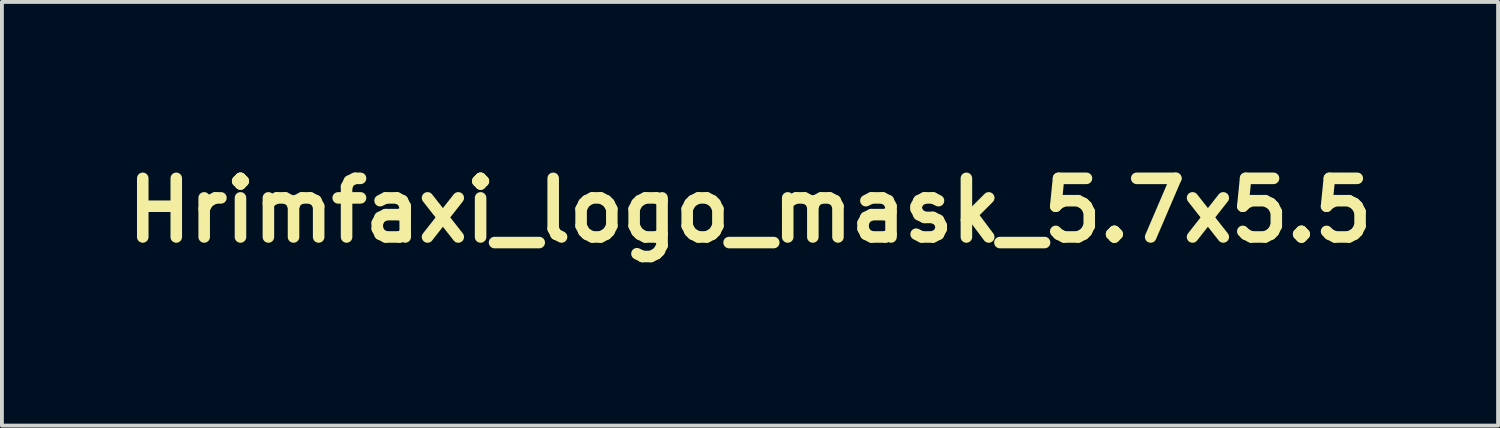
<source format=kicad_pcb>
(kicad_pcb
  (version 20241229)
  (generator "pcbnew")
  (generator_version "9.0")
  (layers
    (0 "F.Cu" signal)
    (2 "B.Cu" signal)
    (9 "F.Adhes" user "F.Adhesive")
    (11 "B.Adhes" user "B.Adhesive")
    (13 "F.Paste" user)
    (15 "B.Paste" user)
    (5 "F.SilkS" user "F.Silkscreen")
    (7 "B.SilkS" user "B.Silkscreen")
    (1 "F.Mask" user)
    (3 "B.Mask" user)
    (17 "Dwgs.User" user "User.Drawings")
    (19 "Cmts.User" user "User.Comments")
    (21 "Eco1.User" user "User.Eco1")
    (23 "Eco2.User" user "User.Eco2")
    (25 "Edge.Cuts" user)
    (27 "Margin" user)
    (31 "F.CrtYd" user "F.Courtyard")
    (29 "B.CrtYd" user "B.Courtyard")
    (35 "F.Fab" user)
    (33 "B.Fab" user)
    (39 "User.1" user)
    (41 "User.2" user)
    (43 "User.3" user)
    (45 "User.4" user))
  (footprint "Hrimfaxi_logo_mask_5.7x5.5"
    (layer "F.Cu")
    (at 16.445 2.42)
    (property "Reference" "Hrimfaxi_logo_mask_5.7x5.5" (at 0 0 0) (layer "F.SilkS") (effects (font (size 1.524 1.524) (thickness 0.3))))
    (attr through_hole)
    (fp_poly (pts (xy 2.438 0.591) (xy 2.432 0.597) (xy 2.426 0.591) (xy 2.432 0.584) (xy 2.438 0.591)) (stroke (width 0.01) (type solid)) (fill yes) (layer "F.Mask"))
    (fp_poly (pts (xy 1.888 0.017) (xy 1.886 0.024) (xy 1.88 0.025) (xy 1.869 0.021) (xy 1.871 0.017) (xy 1.886 0.015) (xy 1.888 0.017)) (stroke (width 0.01) (type solid)) (fill yes) (layer "F.Mask"))
    (fp_poly (pts (xy -0.332 1.391) (xy -0.292 1.415) (xy -0.281 1.423) (xy -0.228 1.461) (xy -0.278 1.521) (xy -0.31 1.559) (xy -0.338 1.593) (xy -0.352 1.611) (xy -0.371 1.63) (xy -0.384 1.629) (xy -0.389 1.624) (xy -0.4 1.595) (xy -0.405 1.551) (xy -0.403 1.5) (xy -0.396 1.45) (xy -0.393 1.436) (xy -0.378 1.401) (xy -0.359 1.387) (xy -0.332 1.391)) (stroke (width 0.01) (type solid)) (fill yes) (layer "F.Mask"))
    (fp_poly (pts (xy 2.469 1.393) (xy 2.51 1.417) (xy 2.536 1.438) (xy 2.563 1.463) (xy 2.493 1.551) (xy 2.458 1.594) (xy 2.436 1.62) (xy 2.422 1.633) (xy 2.415 1.636) (xy 2.41 1.63) (xy 2.408 1.628) (xy 2.397 1.596) (xy 2.392 1.553) (xy 2.393 1.504) (xy 2.399 1.457) (xy 2.409 1.417) (xy 2.422 1.391) (xy 2.434 1.384) (xy 2.469 1.393)) (stroke (width 0.01) (type solid)) (fill yes) (layer "F.Mask"))
    (fp_poly (pts (xy 2.355 1.732) (xy 2.394 1.759) (xy 2.412 1.781) (xy 2.413 1.803) (xy 2.398 1.833) (xy 2.393 1.84) (xy 2.368 1.886) (xy 2.339 1.948) (xy 2.31 2.019) (xy 2.284 2.091) (xy 2.264 2.157) (xy 2.256 2.189) (xy 2.24 2.263) (xy 2.2 2.229) (xy 2.179 2.209) (xy 2.166 2.186) (xy 2.16 2.157) (xy 2.162 2.117) (xy 2.17 2.061) (xy 2.184 1.989) (xy 2.208 1.893) (xy 2.235 1.817) (xy 2.265 1.763) (xy 2.297 1.731) (xy 2.33 1.722) (xy 2.355 1.732)) (stroke (width 0.01) (type solid)) (fill yes) (layer "F.Mask"))
    (fp_poly (pts (xy -0.447 1.731) (xy -0.404 1.762) (xy -0.398 1.768) (xy -0.371 1.792) (xy -0.413 1.861) (xy -0.436 1.906) (xy -0.462 1.964) (xy -0.488 2.028) (xy -0.512 2.093) (xy -0.531 2.152) (xy -0.543 2.199) (xy -0.546 2.223) (xy -0.549 2.251) (xy -0.561 2.258) (xy -0.584 2.245) (xy -0.601 2.229) (xy -0.621 2.204) (xy -0.632 2.172) (xy -0.634 2.128) (xy -0.628 2.068) (xy -0.612 1.989) (xy -0.61 1.977) (xy -0.586 1.889) (xy -0.559 1.815) (xy -0.529 1.759) (xy -0.507 1.732) (xy -0.48 1.721) (xy -0.447 1.731)) (stroke (width 0.01) (type solid)) (fill yes) (layer "F.Mask"))
    (fp_poly (pts (xy -0.497 -2.405) (xy -0.49 -2.378) (xy -0.48 -2.331) (xy -0.474 -2.302) (xy -0.463 -2.244) (xy -0.457 -2.205) (xy -0.456 -2.178) (xy -0.459 -2.158) (xy -0.468 -2.139) (xy -0.471 -2.132) (xy -0.488 -2.093) (xy -0.504 -2.045) (xy -0.509 -2.022) (xy -0.52 -1.983) (xy -0.532 -1.963) (xy -0.547 -1.956) (xy -0.553 -1.956) (xy -0.579 -1.964) (xy -0.589 -1.976) (xy -0.593 -1.997) (xy -0.595 -2.037) (xy -0.597 -2.088) (xy -0.597 -2.115) (xy -0.59 -2.22) (xy -0.57 -2.309) (xy -0.537 -2.38) (xy -0.522 -2.402) (xy -0.512 -2.413) (xy -0.504 -2.415) (xy -0.497 -2.405)) (stroke (width 0.01) (type solid)) (fill yes) (layer "F.Mask"))
    (fp_poly (pts (xy -0.943 1.631) (xy -0.913 1.645) (xy -0.882 1.663) (xy -0.858 1.679) (xy -0.851 1.689) (xy -0.86 1.705) (xy -0.865 1.709) (xy -0.878 1.725) (xy -0.895 1.756) (xy -0.915 1.796) (xy -0.933 1.837) (xy -0.945 1.872) (xy -0.95 1.893) (xy -0.95 1.894) (xy -0.94 1.891) (xy -0.918 1.873) (xy -0.887 1.844) (xy -0.851 1.808) (xy -0.815 1.769) (xy -0.782 1.732) (xy -0.757 1.701) (xy -0.754 1.697) (xy -0.732 1.672) (xy -0.71 1.666) (xy -0.693 1.669) (xy -0.669 1.679) (xy -0.666 1.694) (xy -0.668 1.699) (xy -0.672 1.722) (xy -0.676 1.762) (xy -0.679 1.811) (xy -0.679 1.819) (xy -0.683 1.886) (xy -0.692 1.928) (xy -0.708 1.946) (xy -0.73 1.943) (xy -0.75 1.928) (xy -0.779 1.896) (xy -0.801 1.867) (xy -0.822 1.836) (xy -0.895 1.906) (xy -0.97 1.993) (xy -1.025 2.096) (xy -1.056 2.193) (xy -1.069 2.237) (xy -1.086 2.258) (xy -1.11 2.256) (xy -1.142 2.236) (xy -1.159 2.222) (xy -1.167 2.207) (xy -1.166 2.184) (xy -1.158 2.145) (xy -1.157 2.138) (xy -1.14 2.072) (xy -1.119 2) (xy -1.095 1.924) (xy -1.069 1.849) (xy -1.043 1.779) (xy -1.017 1.718) (xy -0.995 1.669) (xy -0.977 1.637) (xy -0.964 1.626) (xy -0.964 1.626) (xy -0.943 1.631)) (stroke (width 0.01) (type solid)) (fill yes) (layer "F.Mask"))
    (fp_poly (pts (xy 2.113 1.653) (xy 2.134 1.67) (xy 2.146 1.687) (xy 2.146 1.69) (xy 2.139 1.713) (xy 2.119 1.751) (xy 2.089 1.797) (xy 2.055 1.846) (xy 2.018 1.894) (xy 1.984 1.934) (xy 1.969 1.949) (xy 1.941 1.98) (xy 1.922 2.007) (xy 1.918 2.019) (xy 1.923 2.039) (xy 1.937 2.075) (xy 1.957 2.121) (xy 1.963 2.133) (xy 1.986 2.186) (xy 1.996 2.221) (xy 1.991 2.243) (xy 1.972 2.258) (xy 1.941 2.267) (xy 1.923 2.27) (xy 1.908 2.263) (xy 1.892 2.244) (xy 1.87 2.208) (xy 1.861 2.193) (xy 1.815 2.111) (xy 1.698 2.198) (xy 1.642 2.24) (xy 1.602 2.267) (xy 1.575 2.281) (xy 1.559 2.283) (xy 1.549 2.276) (xy 1.546 2.269) (xy 1.552 2.253) (xy 1.579 2.226) (xy 1.624 2.191) (xy 1.631 2.186) (xy 1.678 2.151) (xy 1.721 2.117) (xy 1.752 2.09) (xy 1.758 2.084) (xy 1.793 2.048) (xy 1.753 1.929) (xy 1.734 1.865) (xy 1.718 1.802) (xy 1.708 1.745) (xy 1.703 1.697) (xy 1.703 1.665) (xy 1.711 1.651) (xy 1.712 1.651) (xy 1.732 1.654) (xy 1.767 1.66) (xy 1.79 1.665) (xy 1.854 1.679) (xy 1.855 1.763) (xy 1.858 1.817) (xy 1.865 1.868) (xy 1.872 1.899) (xy 1.887 1.949) (xy 1.934 1.886) (xy 1.964 1.841) (xy 1.998 1.786) (xy 2.027 1.734) (xy 2.049 1.691) (xy 2.067 1.659) (xy 2.076 1.642) (xy 2.077 1.641) (xy 2.09 1.641) (xy 2.113 1.653)) (stroke (width 0.01) (type solid)) (fill yes) (layer "F.Mask"))
    (fp_poly (pts (xy 1.348 1.676) (xy 1.375 1.701) (xy 1.382 1.708) (xy 1.425 1.755) (xy 1.376 1.777) (xy 1.333 1.805) (xy 1.285 1.848) (xy 1.237 1.901) (xy 1.195 1.957) (xy 1.168 2.002) (xy 1.15 2.052) (xy 1.136 2.105) (xy 1.133 2.124) (xy 1.131 2.161) (xy 1.134 2.178) (xy 1.146 2.184) (xy 1.153 2.184) (xy 1.181 2.173) (xy 1.217 2.141) (xy 1.26 2.09) (xy 1.306 2.024) (xy 1.355 1.944) (xy 1.404 1.853) (xy 1.41 1.841) (xy 1.439 1.787) (xy 1.463 1.754) (xy 1.485 1.741) (xy 1.508 1.744) (xy 1.529 1.757) (xy 1.54 1.766) (xy 1.543 1.778) (xy 1.54 1.798) (xy 1.529 1.831) (xy 1.51 1.881) (xy 1.507 1.887) (xy 1.471 1.99) (xy 1.449 2.078) (xy 1.442 2.15) (xy 1.448 2.196) (xy 1.456 2.228) (xy 1.453 2.243) (xy 1.434 2.251) (xy 1.414 2.255) (xy 1.374 2.256) (xy 1.349 2.238) (xy 1.337 2.2) (xy 1.337 2.141) (xy 1.342 2.095) (xy 1.348 2.056) (xy 1.353 2.038) (xy 1.351 2.036) (xy 1.337 2.052) (xy 1.313 2.082) (xy 1.299 2.102) (xy 1.253 2.16) (xy 1.205 2.208) (xy 1.161 2.242) (xy 1.123 2.259) (xy 1.113 2.261) (xy 1.09 2.252) (xy 1.063 2.23) (xy 1.061 2.229) (xy 1.032 2.179) (xy 1.022 2.115) (xy 1.031 2.04) (xy 1.058 1.955) (xy 1.087 1.892) (xy 1.122 1.835) (xy 1.166 1.779) (xy 1.213 1.73) (xy 1.258 1.692) (xy 1.297 1.67) (xy 1.302 1.669) (xy 1.327 1.666) (xy 1.348 1.676)) (stroke (width 0.01) (type solid)) (fill yes) (layer "F.Mask"))
    (fp_poly (pts (xy 1.268 1.275) (xy 1.269 1.276) (xy 1.27 1.29) (xy 1.263 1.32) (xy 1.25 1.361) (xy 1.235 1.405) (xy 1.218 1.446) (xy 1.203 1.477) (xy 1.195 1.49) (xy 1.182 1.498) (xy 1.174 1.491) (xy 1.167 1.467) (xy 1.161 1.42) (xy 1.16 1.405) (xy 1.155 1.363) (xy 1.148 1.332) (xy 1.142 1.321) (xy 1.124 1.331) (xy 1.098 1.36) (xy 1.068 1.402) (xy 1.038 1.452) (xy 1.01 1.504) (xy 0.999 1.529) (xy 0.973 1.592) (xy 0.955 1.636) (xy 0.947 1.664) (xy 0.948 1.68) (xy 0.958 1.688) (xy 0.976 1.69) (xy 0.993 1.692) (xy 1.029 1.696) (xy 1.046 1.707) (xy 1.052 1.723) (xy 1.052 1.74) (xy 1.041 1.749) (xy 1.014 1.753) (xy 0.989 1.755) (xy 0.923 1.759) (xy 0.893 1.848) (xy 0.863 1.938) (xy 0.83 2.041) (xy 0.796 2.149) (xy 0.764 2.255) (xy 0.736 2.352) (xy 0.713 2.433) (xy 0.711 2.443) (xy 0.696 2.499) (xy 0.682 2.545) (xy 0.672 2.577) (xy 0.668 2.588) (xy 0.659 2.582) (xy 0.648 2.56) (xy 0.647 2.558) (xy 0.631 2.525) (xy 0.616 2.502) (xy 0.609 2.49) (xy 0.607 2.471) (xy 0.609 2.441) (xy 0.617 2.396) (xy 0.628 2.337) (xy 0.643 2.265) (xy 0.66 2.188) (xy 0.677 2.118) (xy 0.685 2.083) (xy 0.698 2.032) (xy 0.711 1.984) (xy 0.726 1.931) (xy 0.743 1.868) (xy 0.767 1.787) (xy 0.77 1.775) (xy 0.77 1.761) (xy 0.757 1.755) (xy 0.725 1.753) (xy 0.717 1.753) (xy 0.679 1.749) (xy 0.663 1.74) (xy 0.672 1.729) (xy 0.702 1.716) (xy 0.729 1.709) (xy 0.79 1.695) (xy 0.827 1.6) (xy 0.871 1.504) (xy 0.924 1.421) (xy 0.982 1.355) (xy 1.011 1.331) (xy 1.049 1.308) (xy 1.091 1.293) (xy 1.148 1.283) (xy 1.161 1.281) (xy 1.209 1.276) (xy 1.247 1.274) (xy 1.268 1.275)) (stroke (width 0.01) (type solid)) (fill yes) (layer "F.Mask"))
    (fp_poly (pts (xy -1.392 -1.11) (xy -1.407 -1.043) (xy -1.399 -0.974) (xy -1.371 -0.906) (xy -1.325 -0.841) (xy -1.263 -0.783) (xy -1.187 -0.732) (xy -1.099 -0.694) (xy -1.025 -0.673) (xy -0.938 -0.666) (xy -0.859 -0.682) (xy -0.792 -0.718) (xy -0.74 -0.773) (xy -0.704 -0.846) (xy -0.697 -0.871) (xy -0.678 -0.946) (xy -0.638 -0.8) (xy -0.584 -0.574) (xy -0.55 -0.36) (xy -0.536 -0.158) (xy -0.542 0.031) (xy -0.567 0.206) (xy -0.612 0.367) (xy -0.669 0.498) (xy -0.698 0.548) (xy -0.73 0.596) (xy -0.756 0.631) (xy -0.799 0.679) (xy -0.8 0.634) (xy -0.798 0.607) (xy -0.794 0.56) (xy -0.787 0.497) (xy -0.779 0.423) (xy -0.769 0.343) (xy -0.767 0.329) (xy -0.755 0.227) (xy -0.746 0.143) (xy -0.741 0.07) (xy -0.739 0.001) (xy -0.739 -0.071) (xy -0.74 -0.121) (xy -0.745 -0.221) (xy -0.752 -0.3) (xy -0.764 -0.363) (xy -0.781 -0.414) (xy -0.804 -0.456) (xy -0.835 -0.495) (xy -0.85 -0.511) (xy -0.884 -0.544) (xy -0.91 -0.562) (xy -0.936 -0.57) (xy -0.972 -0.571) (xy -0.979 -0.572) (xy -1.034 -0.577) (xy -1.093 -0.595) (xy -1.16 -0.627) (xy -1.237 -0.674) (xy -1.327 -0.739) (xy -1.329 -0.74) (xy -1.395 -0.789) (xy -1.446 -0.825) (xy -1.486 -0.85) (xy -1.52 -0.865) (xy -1.553 -0.871) (xy -1.59 -0.87) (xy -1.637 -0.865) (xy -1.683 -0.859) (xy -1.79 -0.845) (xy -1.875 -0.839) (xy -1.941 -0.84) (xy -1.989 -0.848) (xy -2.022 -0.863) (xy -2.025 -0.865) (xy -2.059 -0.892) (xy -2.129 -0.865) (xy -2.172 -0.85) (xy -2.208 -0.841) (xy -2.225 -0.838) (xy -2.262 -0.847) (xy -2.304 -0.869) (xy -2.343 -0.898) (xy -2.369 -0.928) (xy -2.37 -0.93) (xy -2.386 -0.971) (xy -2.383 -0.999) (xy -2.36 -1.015) (xy -2.315 -1.021) (xy -2.266 -1.019) (xy -2.216 -1.018) (xy -2.169 -1.022) (xy -2.144 -1.027) (xy -2.102 -1.041) (xy -2.135 -1.013) (xy -2.165 -0.988) (xy -2.192 -0.969) (xy -2.205 -0.96) (xy -2.197 -0.96) (xy -2.178 -0.965) (xy -2.142 -0.976) (xy -2.097 -0.991) (xy -2.084 -0.996) (xy -2.055 -1.005) (xy -2.028 -1.01) (xy -1.997 -1.008) (xy -1.953 -1.002) (xy -1.92 -0.996) (xy -1.848 -0.986) (xy -1.772 -0.98) (xy -1.715 -0.98) (xy -1.674 -0.982) (xy -1.642 -0.987) (xy -1.615 -0.995) (xy -1.584 -1.011) (xy -1.545 -1.037) (xy -1.496 -1.071) (xy -1.372 -1.157) (xy -1.392 -1.11)) (stroke (width 0.01) (type solid)) (fill yes) (layer "F.Mask"))
    (fp_poly (pts (xy -1.651 1.327) (xy -1.607 1.361) (xy -1.571 1.397) (xy -1.554 1.424) (xy -1.554 1.434) (xy -1.561 1.453) (xy -1.577 1.49) (xy -1.599 1.539) (xy -1.624 1.596) (xy -1.625 1.598) (xy -1.65 1.654) (xy -1.669 1.7) (xy -1.681 1.734) (xy -1.684 1.749) (xy -1.684 1.75) (xy -1.669 1.751) (xy -1.634 1.749) (xy -1.586 1.745) (xy -1.536 1.739) (xy -1.395 1.721) (xy -1.34 1.585) (xy -1.315 1.524) (xy -1.289 1.465) (xy -1.266 1.417) (xy -1.252 1.392) (xy -1.232 1.359) (xy -1.216 1.344) (xy -1.2 1.343) (xy -1.184 1.347) (xy -1.147 1.365) (xy -1.119 1.383) (xy -1.088 1.407) (xy -1.127 1.466) (xy -1.151 1.506) (xy -1.177 1.557) (xy -1.202 1.611) (xy -1.224 1.663) (xy -1.239 1.707) (xy -1.246 1.736) (xy -1.246 1.738) (xy -1.243 1.765) (xy -1.237 1.8) (xy -1.234 1.829) (xy -1.241 1.84) (xy -1.255 1.841) (xy -1.279 1.846) (xy -1.288 1.852) (xy -1.297 1.875) (xy -1.309 1.917) (xy -1.323 1.972) (xy -1.337 2.035) (xy -1.351 2.1) (xy -1.363 2.161) (xy -1.372 2.212) (xy -1.372 2.218) (xy -1.38 2.269) (xy -1.386 2.309) (xy -1.391 2.333) (xy -1.393 2.336) (xy -1.403 2.331) (xy -1.425 2.311) (xy -1.441 2.293) (xy -1.471 2.253) (xy -1.488 2.21) (xy -1.494 2.159) (xy -1.489 2.095) (xy -1.475 2.019) (xy -1.463 1.964) (xy -1.452 1.915) (xy -1.443 1.88) (xy -1.441 1.87) (xy -1.437 1.851) (xy -1.445 1.845) (xy -1.47 1.847) (xy -1.481 1.848) (xy -1.517 1.853) (xy -1.569 1.858) (xy -1.626 1.864) (xy -1.638 1.865) (xy -1.746 1.873) (xy -1.782 1.962) (xy -1.801 2.014) (xy -1.822 2.08) (xy -1.843 2.15) (xy -1.853 2.188) (xy -1.868 2.243) (xy -1.881 2.289) (xy -1.89 2.32) (xy -1.894 2.33) (xy -1.908 2.328) (xy -1.933 2.316) (xy -1.938 2.313) (xy -1.971 2.287) (xy -1.996 2.259) (xy -2.009 2.235) (xy -2.009 2.213) (xy -1.998 2.184) (xy -1.986 2.154) (xy -1.967 2.108) (xy -1.945 2.051) (xy -1.924 1.998) (xy -1.902 1.938) (xy -1.887 1.897) (xy -1.88 1.871) (xy -1.88 1.855) (xy -1.886 1.846) (xy -1.896 1.838) (xy -1.913 1.818) (xy -1.908 1.8) (xy -1.882 1.791) (xy -1.874 1.791) (xy -1.859 1.787) (xy -1.845 1.775) (xy -1.831 1.748) (xy -1.812 1.703) (xy -1.805 1.686) (xy -1.784 1.625) (xy -1.763 1.557) (xy -1.744 1.487) (xy -1.729 1.423) (xy -1.718 1.37) (xy -1.715 1.337) (xy -1.707 1.313) (xy -1.686 1.31) (xy -1.651 1.327)) (stroke (width 0.01) (type solid)) (fill yes) (layer "F.Mask"))
    (fp_poly (pts (xy -0.115 1.657) (xy -0.084 1.676) (xy -0.064 1.694) (xy -0.059 1.706) (xy -0.061 1.724) (xy -0.072 1.751) (xy -0.093 1.792) (xy -0.121 1.842) (xy -0.161 1.915) (xy -0.192 1.976) (xy -0.213 2.025) (xy -0.222 2.057) (xy -0.221 2.069) (xy -0.212 2.069) (xy -0.204 2.057) (xy -0.183 2.03) (xy -0.153 1.99) (xy -0.117 1.942) (xy -0.116 1.94) (xy -0.046 1.851) (xy 0.018 1.783) (xy 0.072 1.736) (xy 0.118 1.711) (xy 0.127 1.708) (xy 0.159 1.708) (xy 0.194 1.717) (xy 0.224 1.732) (xy 0.241 1.749) (xy 0.241 1.753) (xy 0.236 1.769) (xy 0.22 1.802) (xy 0.197 1.848) (xy 0.17 1.899) (xy 0.143 1.952) (xy 0.121 1.997) (xy 0.107 2.03) (xy 0.104 2.045) (xy 0.112 2.041) (xy 0.132 2.021) (xy 0.159 1.987) (xy 0.171 1.972) (xy 0.219 1.91) (xy 0.27 1.85) (xy 0.32 1.796) (xy 0.365 1.753) (xy 0.4 1.725) (xy 0.409 1.72) (xy 0.453 1.705) (xy 0.493 1.704) (xy 0.525 1.715) (xy 0.543 1.737) (xy 0.542 1.762) (xy 0.535 1.782) (xy 0.519 1.819) (xy 0.498 1.87) (xy 0.472 1.928) (xy 0.469 1.937) (xy 0.435 2.018) (xy 0.413 2.08) (xy 0.402 2.127) (xy 0.401 2.146) (xy 0.402 2.182) (xy 0.408 2.198) (xy 0.423 2.204) (xy 0.434 2.204) (xy 0.467 2.208) (xy 0.476 2.218) (xy 0.46 2.236) (xy 0.443 2.247) (xy 0.395 2.269) (xy 0.354 2.269) (xy 0.314 2.248) (xy 0.287 2.211) (xy 0.276 2.156) (xy 0.281 2.088) (xy 0.302 2.007) (xy 0.331 1.932) (xy 0.349 1.891) (xy 0.36 1.86) (xy 0.364 1.845) (xy 0.363 1.845) (xy 0.35 1.848) (xy 0.323 1.87) (xy 0.286 1.908) (xy 0.241 1.959) (xy 0.19 2.023) (xy 0.137 2.092) (xy 0.087 2.158) (xy 0.05 2.205) (xy 0.021 2.235) (xy 0.000173 2.248) (xy -0.016 2.248) (xy -0.03 2.234) (xy -0.044 2.21) (xy -0.053 2.167) (xy -0.045 2.107) (xy -0.02 2.031) (xy 0.022 1.941) (xy 0.033 1.919) (xy 0.057 1.873) (xy 0.074 1.835) (xy 0.083 1.812) (xy 0.084 1.807) (xy 0.071 1.811) (xy 0.047 1.831) (xy 0.013 1.862) (xy -0.025 1.901) (xy -0.064 1.943) (xy -0.099 1.985) (xy -0.101 1.987) (xy -0.137 2.035) (xy -0.18 2.093) (xy -0.22 2.151) (xy -0.229 2.164) (xy -0.296 2.265) (xy -0.326 2.23) (xy -0.347 2.193) (xy -0.355 2.143) (xy -0.349 2.078) (xy -0.336 2.015) (xy -0.324 1.976) (xy -0.304 1.925) (xy -0.28 1.867) (xy -0.253 1.807) (xy -0.226 1.75) (xy -0.202 1.7) (xy -0.181 1.664) (xy -0.168 1.646) (xy -0.167 1.646) (xy -0.146 1.645) (xy -0.115 1.657)) (stroke (width 0.01) (type solid)) (fill yes) (layer "F.Mask"))
    (fp_poly (pts (xy -0.247 -2.375) (xy -0.239 -2.359) (xy -0.233 -2.328) (xy -0.228 -2.281) (xy -0.223 -2.214) (xy -0.219 -2.126) (xy -0.217 -2.06) (xy -0.214 -1.98) (xy -0.211 -1.909) (xy -0.207 -1.851) (xy -0.205 -1.81) (xy -0.203 -1.788) (xy -0.202 -1.786) (xy -0.149 -1.75) (xy -0.091 -1.722) (xy -0.023 -1.7) (xy 0.06 -1.682) (xy 0.143 -1.669) (xy 0.245 -1.652) (xy 0.331 -1.632) (xy 0.403 -1.605) (xy 0.466 -1.57) (xy 0.522 -1.522) (xy 0.575 -1.46) (xy 0.629 -1.381) (xy 0.687 -1.282) (xy 0.711 -1.238) (xy 0.781 -1.122) (xy 0.851 -1.028) (xy 0.924 -0.956) (xy 1.004 -0.903) (xy 1.094 -0.867) (xy 1.197 -0.845) (xy 1.316 -0.837) (xy 1.326 -0.837) (xy 1.429 -0.835) (xy 1.333 -0.811) (xy 1.21 -0.791) (xy 1.089 -0.797) (xy 0.973 -0.827) (xy 0.862 -0.883) (xy 0.845 -0.893) (xy 0.813 -0.917) (xy 0.767 -0.955) (xy 0.714 -1.001) (xy 0.658 -1.052) (xy 0.636 -1.073) (xy 0.559 -1.143) (xy 0.495 -1.195) (xy 0.438 -1.232) (xy 0.384 -1.256) (xy 0.329 -1.269) (xy 0.268 -1.272) (xy 0.222 -1.27) (xy 0.171 -1.267) (xy 0.237 -1.251) (xy 0.301 -1.232) (xy 0.36 -1.207) (xy 0.416 -1.172) (xy 0.472 -1.126) (xy 0.531 -1.067) (xy 0.596 -0.992) (xy 0.668 -0.898) (xy 0.716 -0.832) (xy 0.766 -0.765) (xy 0.817 -0.698) (xy 0.864 -0.637) (xy 0.904 -0.587) (xy 0.926 -0.562) (xy 1.001 -0.484) (xy 1.086 -0.409) (xy 1.174 -0.344) (xy 1.256 -0.294) (xy 1.276 -0.284) (xy 1.319 -0.263) (xy 1.341 -0.25) (xy 1.344 -0.243) (xy 1.331 -0.241) (xy 1.326 -0.241) (xy 1.279 -0.246) (xy 1.218 -0.259) (xy 1.151 -0.278) (xy 1.087 -0.3) (xy 1.033 -0.322) (xy 1.025 -0.327) (xy 0.994 -0.348) (xy 0.949 -0.382) (xy 0.896 -0.427) (xy 0.839 -0.479) (xy 0.801 -0.514) (xy 0.711 -0.597) (xy 0.635 -0.66) (xy 0.574 -0.702) (xy 0.559 -0.71) (xy 0.478 -0.753) (xy 0.649 -0.583) (xy 0.715 -0.516) (xy 0.787 -0.443) (xy 0.857 -0.37) (xy 0.919 -0.304) (xy 0.95 -0.271) (xy 1.058 -0.162) (xy 1.162 -0.075) (xy 1.266 -0.012) (xy 1.373 0.031) (xy 1.486 0.054) (xy 1.609 0.058) (xy 1.745 0.045) (xy 1.829 0.03) (xy 1.849 0.028) (xy 1.848 0.032) (xy 1.829 0.042) (xy 1.795 0.056) (xy 1.75 0.072) (xy 1.74 0.075) (xy 1.598 0.109) (xy 1.46 0.117) (xy 1.325 0.102) (xy 1.236 0.076) (xy 1.197 0.064) (xy 1.169 0.057) (xy 1.159 0.056) (xy 1.164 0.067) (xy 1.187 0.088) (xy 1.222 0.116) (xy 1.265 0.148) (xy 1.313 0.181) (xy 1.36 0.21) (xy 1.403 0.234) (xy 1.409 0.238) (xy 1.452 0.259) (xy 1.486 0.272) (xy 1.519 0.28) (xy 1.557 0.284) (xy 1.608 0.285) (xy 1.645 0.286) (xy 1.703 0.285) (xy 1.748 0.283) (xy 1.784 0.278) (xy 1.822 0.268) (xy 1.867 0.251) (xy 1.927 0.226) (xy 1.93 0.224) (xy 2.022 0.186) (xy 2.095 0.158) (xy 2.153 0.138) (xy 2.201 0.125) (xy 2.242 0.118) (xy 2.281 0.116) (xy 2.311 0.118) (xy 2.391 0.131) (xy 2.457 0.158) (xy 2.488 0.175) (xy 2.503 0.185) (xy 2.5 0.186) (xy 2.439 0.173) (xy 2.376 0.169) (xy 2.308 0.177) (xy 2.231 0.196) (xy 2.142 0.227) (xy 2.038 0.272) (xy 1.969 0.305) (xy 1.853 0.358) (xy 1.755 0.399) (xy 1.67 0.428) (xy 1.595 0.446) (xy 1.525 0.454) (xy 1.458 0.454) (xy 1.448 0.453) (xy 1.353 0.446) (xy 1.391 0.478) (xy 1.419 0.498) (xy 1.463 0.524) (xy 1.515 0.551) (xy 1.537 0.562) (xy 1.59 0.588) (xy 1.63 0.603) (xy 1.666 0.612) (xy 1.707 0.615) (xy 1.753 0.615) (xy 1.822 0.613) (xy 1.883 0.604) (xy 1.949 0.585) (xy 1.968 0.579) (xy 2.064 0.554) (xy 2.163 0.543) (xy 2.256 0.544) (xy 2.337 0.559) (xy 2.349 0.564) (xy 2.407 0.584) (xy 2.357 0.578) (xy 2.293 0.579) (xy 2.216 0.595) (xy 2.123 0.626) (xy 2.013 0.673) (xy 1.954 0.701) (xy 1.884 0.734) (xy 1.813 0.767) (xy 1.749 0.795) (xy 1.699 0.815) (xy 1.683 0.821) (xy 1.566 0.852) (xy 1.445 0.87) (xy 1.329 0.872) (xy 1.277 0.867) (xy 1.214 0.861) (xy 1.164 0.861) (xy 1.14 0.864) (xy 1.115 0.878) (xy 1.077 0.905) (xy 1.034 0.942) (xy 1.005 0.969) (xy 0.939 1.03) (xy 0.885 1.072) (xy 0.837 1.096) (xy 0.79 1.104) (xy 0.741 1.096) (xy 0.684 1.075) (xy 0.654 1.061) (xy 0.577 1.017) (xy 0.5 0.963) (xy 0.424 0.899) (xy 0.351 0.829) (xy 0.283 0.755) (xy 0.222 0.68) (xy 0.169 0.605) (xy 0.125 0.533) (xy 0.094 0.466) (xy 0.075 0.407) (xy 0.071 0.358) (xy 0.084 0.321) (xy 0.105 0.303) (xy 0.131 0.296) (xy 0.168 0.296) (xy 0.221 0.304) (xy 0.291 0.32) (xy 0.381 0.345) (xy 0.42 0.356) (xy 0.519 0.385) (xy 0.598 0.404) (xy 0.662 0.414) (xy 0.714 0.416) (xy 0.759 0.41) (xy 0.8 0.395) (xy 0.806 0.392) (xy 0.852 0.366) (xy 0.9 0.33) (xy 0.928 0.305) (xy 0.974 0.248) (xy 0.997 0.191) (xy 0.996 0.132) (xy 0.971 0.07) (xy 0.951 0.044) (xy 1.13 0.044) (xy 1.137 0.051) (xy 1.143 0.044) (xy 1.137 0.038) (xy 1.13 0.044) (xy 0.951 0.044) (xy 0.922 0.005) (xy 0.866 -0.052) (xy 0.798 -0.111) (xy 0.727 -0.163) (xy 0.65 -0.212) (xy 0.561 -0.261) (xy 0.455 -0.313) (xy 0.421 -0.329) (xy 0.348 -0.363) (xy 0.277 -0.398) (xy 0.213 -0.431) (xy 0.164 -0.459) (xy 0.145 -0.47) (xy 0.089 -0.512) (xy 0.029 -0.565) (xy -0.028 -0.623) (xy -0.076 -0.679) (xy -0.106 -0.723) (xy -0.13 -0.764) (xy -0.065 -0.72) (xy -0.007 -0.685) (xy 0.056 -0.655) (xy 0.116 -0.633) (xy 0.166 -0.623) (xy 0.176 -0.622) (xy 0.228 -0.629) (xy 0.278 -0.646) (xy 0.315 -0.67) (xy 0.319 -0.674) (xy 0.336 -0.707) (xy 0.328 -0.738) (xy 0.297 -0.766) (xy 0.246 -0.79) (xy 0.208 -0.801) (xy 0.129 -0.828) (xy 0.04 -0.873) (xy -0.054 -0.932) (xy -0.118 -0.979) (xy -0.16 -1.012) (xy -0.192 -1.039) (xy -0.21 -1.056) (xy -0.213 -1.061) (xy -0.2 -1.062) (xy -0.167 -1.059) (xy -0.123 -1.054) (xy -0.119 -1.054) (xy -0.048 -1.049) (xy 0.005 -1.053) (xy 0.038 -1.066) (xy 0.048 -1.082) (xy 0.041 -1.109) (xy 0.014 -1.146) (xy -0.033 -1.191) (xy -0.096 -1.243) (xy -0.175 -1.3) (xy -0.267 -1.359) (xy -0.287 -1.372) (xy -0.405 -1.444) (xy -0.369 -1.47) (xy -0.336 -1.508) (xy -0.327 -1.554) (xy -0.339 -1.601) (xy -0.367 -1.651) (xy -0.41 -1.707) (xy -0.46 -1.76) (xy -0.494 -1.79) (xy -0.544 -1.829) (xy -0.526 -1.762) (xy -0.516 -1.714) (xy -0.51 -1.661) (xy -0.508 -1.609) (xy -0.51 -1.565) (xy -0.516 -1.535) (xy -0.525 -1.524) (xy -0.546 -1.533) (xy -0.564 -1.549) (xy -0.59 -1.571) (xy -0.626 -1.588) (xy -0.674 -1.602) (xy -0.737 -1.612) (xy -0.82 -1.619) (xy -0.924 -1.625) (xy -0.933 -1.626) (xy -1.007 -1.629) (xy -1.071 -1.631) (xy -1.121 -1.634) (xy -1.154 -1.636) (xy -1.165 -1.637) (xy -1.168 -1.649) (xy -1.168 -1.657) (xy -1.18 -1.672) (xy -1.211 -1.679) (xy -1.258 -1.679) (xy -1.315 -1.673) (xy -1.379 -1.66) (xy -1.422 -1.648) (xy -1.512 -1.616) (xy -1.595 -1.577) (xy -1.67 -1.534) (xy -1.733 -1.488) (xy -1.782 -1.443) (xy -1.813 -1.399) (xy -1.824 -1.36) (xy -1.822 -1.344) (xy -1.805 -1.319) (xy -1.772 -1.3) (xy -1.72 -1.288) (xy -1.647 -1.281) (xy -1.565 -1.28) (xy -1.502 -1.281) (xy -1.446 -1.283) (xy -1.404 -1.286) (xy -1.381 -1.289) (xy -1.364 -1.292) (xy -1.369 -1.286) (xy -1.372 -1.285) (xy -1.401 -1.271) (xy -1.438 -1.26) (xy -1.487 -1.251) (xy -1.549 -1.246) (xy -1.628 -1.242) (xy -1.727 -1.241) (xy -1.848 -1.241) (xy -1.975 -1.242) (xy -2.079 -1.241) (xy -2.163 -1.238) (xy -2.23 -1.232) (xy -2.283 -1.224) (xy -2.323 -1.213) (xy -2.354 -1.199) (xy -2.379 -1.181) (xy -2.379 -1.181) (xy -2.403 -1.157) (xy -2.414 -1.135) (xy -2.418 -1.102) (xy -2.418 -1.074) (xy -2.418 -1.034) (xy -2.42 -1.016) (xy -2.428 -1.013) (xy -2.436 -1.019) (xy -2.454 -1.041) (xy -2.471 -1.074) (xy -2.473 -1.077) (xy -2.482 -1.103) (xy -2.481 -1.123) (xy -2.468 -1.147) (xy -2.45 -1.169) (xy -2.388 -1.232) (xy -2.306 -1.289) (xy -2.232 -1.327) (xy -2.197 -1.345) (xy -2.184 -1.355) (xy -2.194 -1.358) (xy -2.246 -1.348) (xy -2.307 -1.318) (xy -2.376 -1.268) (xy -2.382 -1.262) (xy -2.416 -1.235) (xy -2.44 -1.216) (xy -2.451 -1.211) (xy -2.451 -1.211) (xy -2.446 -1.226) (xy -2.434 -1.256) (xy -2.426 -1.273) (xy -2.409 -1.315) (xy -2.398 -1.35) (xy -2.38 -1.35) (xy -2.377 -1.351) (xy -2.364 -1.352) (xy -2.362 -1.347) (xy -2.357 -1.335) (xy -2.341 -1.338) (xy -2.309 -1.357) (xy -2.298 -1.364) (xy -2.265 -1.394) (xy -2.233 -1.434) (xy -2.224 -1.449) (xy -2.206 -1.481) (xy -2.201 -1.494) (xy -2.208 -1.491) (xy -2.22 -1.481) (xy -2.242 -1.466) (xy -2.257 -1.464) (xy -2.277 -1.463) (xy -2.306 -1.447) (xy -2.338 -1.421) (xy -2.363 -1.391) (xy -2.368 -1.384) (xy -2.38 -1.36) (xy -2.38 -1.35) (xy -2.398 -1.35) (xy -2.396 -1.355) (xy -2.394 -1.365) (xy -2.375 -1.405) (xy -2.337 -1.448) (xy -2.287 -1.487) (xy -2.231 -1.517) (xy -2.22 -1.521) (xy -2.187 -1.531) (xy -2.133 -1.545) (xy -2.065 -1.56) (xy -1.987 -1.576) (xy -1.904 -1.592) (xy -1.892 -1.594) (xy -1.754 -1.619) (xy -1.639 -1.643) (xy -1.542 -1.665) (xy -1.461 -1.686) (xy -1.392 -1.708) (xy -1.334 -1.732) (xy -1.281 -1.758) (xy -1.232 -1.787) (xy -1.198 -1.811) (xy -1.152 -1.842) (xy -1.116 -1.86) (xy -1.08 -1.87) (xy -1.042 -1.873) (xy -0.996 -1.879) (xy -0.936 -1.89) (xy -0.871 -1.905) (xy -0.842 -1.912) (xy -0.776 -1.929) (xy -0.723 -1.938) (xy -0.673 -1.942) (xy -0.615 -1.94) (xy -0.609 -1.94) (xy -0.5 -1.934) (xy -0.471 -2.028) (xy -0.461 -2.054) (xy -0.427 -2.054) (xy -0.426 -2.029) (xy -0.414 -2.005) (xy -0.407 -1.995) (xy -0.383 -1.969) (xy -0.365 -1.965) (xy -0.356 -1.983) (xy -0.356 -1.992) (xy -0.351 -2.024) (xy -0.34 -2.073) (xy -0.324 -2.131) (xy -0.306 -2.191) (xy -0.286 -2.246) (xy -0.273 -2.279) (xy -0.256 -2.318) (xy -0.251 -2.338) (xy -0.256 -2.34) (xy -0.261 -2.336) (xy -0.289 -2.306) (xy -0.323 -2.262) (xy -0.358 -2.209) (xy -0.389 -2.156) (xy -0.412 -2.11) (xy -0.419 -2.091) (xy -0.427 -2.054) (xy -0.461 -2.054) (xy -0.452 -2.076) (xy -0.425 -2.133) (xy -0.391 -2.195) (xy -0.355 -2.256) (xy -0.32 -2.31) (xy -0.289 -2.352) (xy -0.269 -2.372) (xy -0.257 -2.378) (xy -0.247 -2.375)) (stroke (width 0.01) (type solid)) (fill yes) (layer "F.Mask")))
  (gr_rect
    (start -3 -3)
    (end 35.889 8.013)
    (stroke (width 0.1) (type default))
    (fill no)
    (layer "Edge.Cuts")))
</source>
